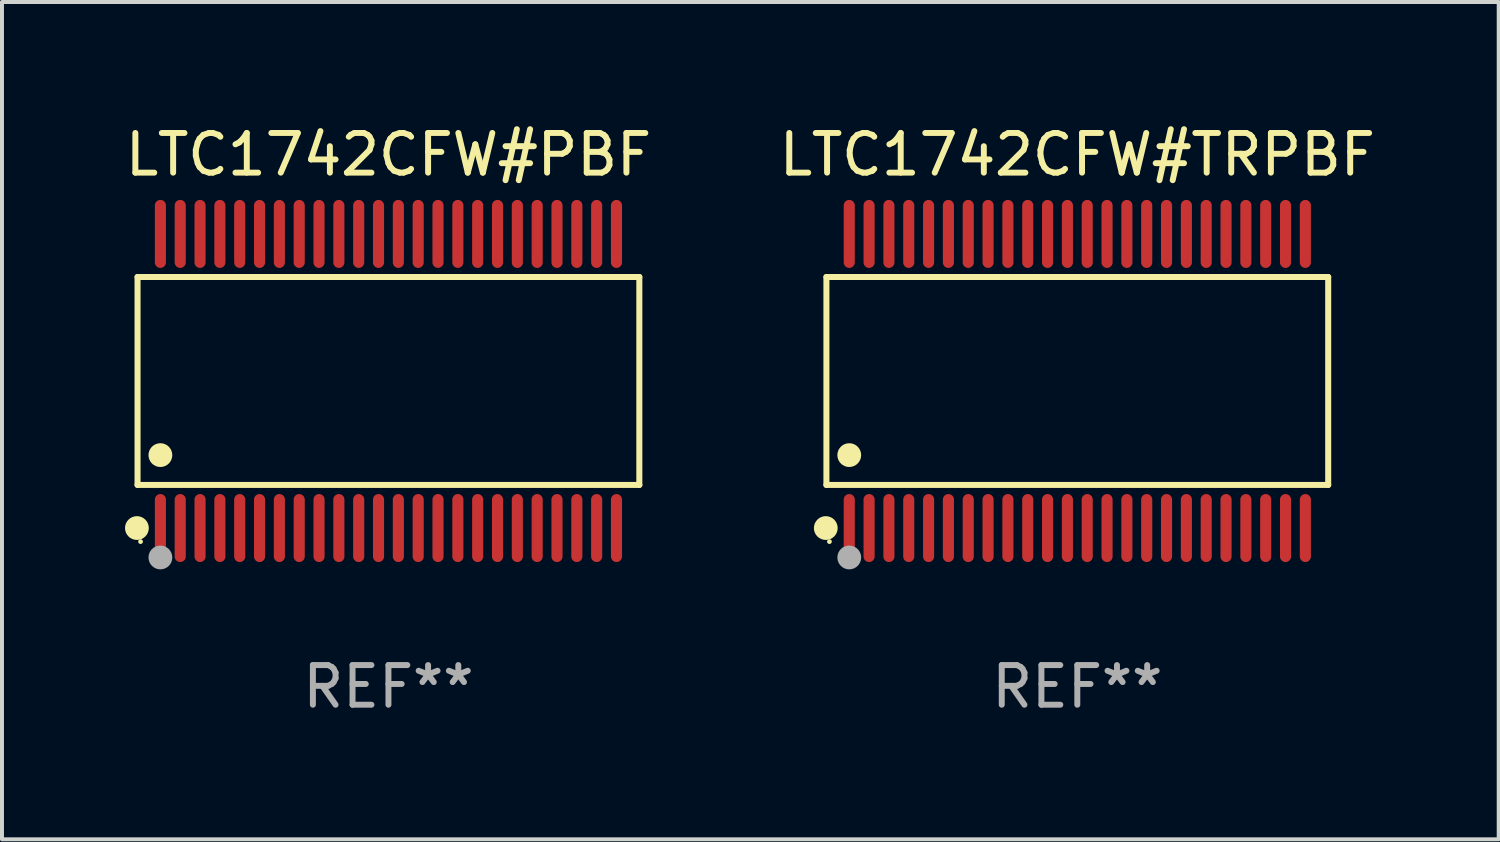
<source format=kicad_pcb>
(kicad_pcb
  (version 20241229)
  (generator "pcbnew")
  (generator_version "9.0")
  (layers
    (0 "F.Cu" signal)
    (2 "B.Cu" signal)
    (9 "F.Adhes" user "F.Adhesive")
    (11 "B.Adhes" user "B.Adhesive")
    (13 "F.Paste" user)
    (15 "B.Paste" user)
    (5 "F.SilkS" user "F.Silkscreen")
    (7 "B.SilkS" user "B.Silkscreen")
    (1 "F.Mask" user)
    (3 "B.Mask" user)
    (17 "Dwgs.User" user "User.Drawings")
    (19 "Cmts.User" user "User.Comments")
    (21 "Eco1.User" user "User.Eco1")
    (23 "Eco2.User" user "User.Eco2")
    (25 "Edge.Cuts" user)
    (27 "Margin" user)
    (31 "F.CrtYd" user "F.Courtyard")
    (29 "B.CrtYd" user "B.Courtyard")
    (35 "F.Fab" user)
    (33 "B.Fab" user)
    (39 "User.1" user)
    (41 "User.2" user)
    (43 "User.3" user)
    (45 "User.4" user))
  (footprint "LTC1742CFW#PBF"
    (layer "F.Cu")
    (at 6.744 6.556)
    (property "Reference" "LTC1742CFW#PBF" (at 0 -5.708 0) (layer "F.SilkS") (effects (font (size 1 1) (thickness 0.15))))
    (attr through_hole)
    (fp_line (start -6.326 -2.622) (end 6.326 -2.622) (stroke (width 0.152) (type solid)) (layer "F.SilkS"))
    (fp_line (start -6.326 2.621) (end -6.326 -2.622) (stroke (width 0.152) (type solid)) (layer "F.SilkS"))
    (fp_line (start 6.326 -2.622) (end 6.326 2.621) (stroke (width 0.152) (type solid)) (layer "F.SilkS"))
    (fp_line (start 6.326 2.621) (end -6.326 2.621) (stroke (width 0.152) (type solid)) (layer "F.SilkS"))
    (fp_circle (center -6.342 3.708) (end -6.192 3.708) (stroke (width 0.3) (type solid)) (fill no) (layer "F.SilkS"))
    (fp_circle (center -6.25 4.05) (end -6.22 4.05) (stroke (width 0.06) (type solid)) (fill no) (layer "F.SilkS"))
    (fp_circle (center -5.75 1.869) (end -5.6 1.869) (stroke (width 0.3) (type solid)) (fill no) (layer "F.SilkS"))
    (fp_circle (center -5.75 4.45) (end -5.6 4.45) (stroke (width 0.3) (type solid)) (fill no) (layer "F.Fab"))
    (fp_text user "REF**" (at 0 7.708 0) (layer "F.Fab") (effects (font (size 1 1) (thickness 0.15))))
    (pad "1" smd oval (at -5.75 3.708) (size 0.28 1.715) (layers "F.Cu" "F.Mask" "F.Paste"))
    (pad "2" smd oval (at -5.25 3.708) (size 0.28 1.715) (layers "F.Cu" "F.Mask" "F.Paste"))
    (pad "3" smd oval (at -4.75 3.708) (size 0.28 1.715) (layers "F.Cu" "F.Mask" "F.Paste"))
    (pad "4" smd oval (at -4.25 3.708) (size 0.28 1.715) (layers "F.Cu" "F.Mask" "F.Paste"))
    (pad "5" smd oval (at -3.75 3.708) (size 0.28 1.715) (layers "F.Cu" "F.Mask" "F.Paste"))
    (pad "6" smd oval (at -3.25 3.708) (size 0.28 1.715) (layers "F.Cu" "F.Mask" "F.Paste"))
    (pad "7" smd oval (at -2.75 3.708) (size 0.28 1.715) (layers "F.Cu" "F.Mask" "F.Paste"))
    (pad "8" smd oval (at -2.25 3.708) (size 0.28 1.715) (layers "F.Cu" "F.Mask" "F.Paste"))
    (pad "9" smd oval (at -1.75 3.708) (size 0.28 1.715) (layers "F.Cu" "F.Mask" "F.Paste"))
    (pad "10" smd oval (at -1.25 3.708) (size 0.28 1.715) (layers "F.Cu" "F.Mask" "F.Paste"))
    (pad "11" smd oval (at -0.75 3.708) (size 0.28 1.715) (layers "F.Cu" "F.Mask" "F.Paste"))
    (pad "12" smd oval (at -0.25 3.708) (size 0.28 1.715) (layers "F.Cu" "F.Mask" "F.Paste"))
    (pad "13" smd oval (at 0.25 3.708) (size 0.28 1.715) (layers "F.Cu" "F.Mask" "F.Paste"))
    (pad "14" smd oval (at 0.75 3.708) (size 0.28 1.715) (layers "F.Cu" "F.Mask" "F.Paste"))
    (pad "15" smd oval (at 1.25 3.708) (size 0.28 1.715) (layers "F.Cu" "F.Mask" "F.Paste"))
    (pad "16" smd oval (at 1.75 3.708) (size 0.28 1.715) (layers "F.Cu" "F.Mask" "F.Paste"))
    (pad "17" smd oval (at 2.25 3.708) (size 0.28 1.715) (layers "F.Cu" "F.Mask" "F.Paste"))
    (pad "18" smd oval (at 2.75 3.708) (size 0.28 1.715) (layers "F.Cu" "F.Mask" "F.Paste"))
    (pad "19" smd oval (at 3.25 3.708) (size 0.28 1.715) (layers "F.Cu" "F.Mask" "F.Paste"))
    (pad "20" smd oval (at 3.75 3.708) (size 0.28 1.715) (layers "F.Cu" "F.Mask" "F.Paste"))
    (pad "21" smd oval (at 4.25 3.708) (size 0.28 1.715) (layers "F.Cu" "F.Mask" "F.Paste"))
    (pad "22" smd oval (at 4.75 3.708) (size 0.28 1.715) (layers "F.Cu" "F.Mask" "F.Paste"))
    (pad "23" smd oval (at 5.25 3.708) (size 0.28 1.715) (layers "F.Cu" "F.Mask" "F.Paste"))
    (pad "24" smd oval (at 5.75 3.708) (size 0.28 1.715) (layers "F.Cu" "F.Mask" "F.Paste"))
    (pad "25" smd oval (at 5.75 -3.708) (size 0.28 1.715) (layers "F.Cu" "F.Mask" "F.Paste"))
    (pad "26" smd oval (at 5.25 -3.708) (size 0.28 1.715) (layers "F.Cu" "F.Mask" "F.Paste"))
    (pad "27" smd oval (at 4.75 -3.708) (size 0.28 1.715) (layers "F.Cu" "F.Mask" "F.Paste"))
    (pad "28" smd oval (at 4.25 -3.708) (size 0.28 1.715) (layers "F.Cu" "F.Mask" "F.Paste"))
    (pad "29" smd oval (at 3.75 -3.708) (size 0.28 1.715) (layers "F.Cu" "F.Mask" "F.Paste"))
    (pad "30" smd oval (at 3.25 -3.708) (size 0.28 1.715) (layers "F.Cu" "F.Mask" "F.Paste"))
    (pad "31" smd oval (at 2.75 -3.708) (size 0.28 1.715) (layers "F.Cu" "F.Mask" "F.Paste"))
    (pad "32" smd oval (at 2.25 -3.708) (size 0.28 1.715) (layers "F.Cu" "F.Mask" "F.Paste"))
    (pad "33" smd oval (at 1.75 -3.708) (size 0.28 1.715) (layers "F.Cu" "F.Mask" "F.Paste"))
    (pad "34" smd oval (at 1.25 -3.708) (size 0.28 1.715) (layers "F.Cu" "F.Mask" "F.Paste"))
    (pad "35" smd oval (at 0.75 -3.708) (size 0.28 1.715) (layers "F.Cu" "F.Mask" "F.Paste"))
    (pad "36" smd oval (at 0.25 -3.708) (size 0.28 1.715) (layers "F.Cu" "F.Mask" "F.Paste"))
    (pad "37" smd oval (at -0.25 -3.708) (size 0.28 1.715) (layers "F.Cu" "F.Mask" "F.Paste"))
    (pad "38" smd oval (at -0.75 -3.708) (size 0.28 1.715) (layers "F.Cu" "F.Mask" "F.Paste"))
    (pad "39" smd oval (at -1.25 -3.708) (size 0.28 1.715) (layers "F.Cu" "F.Mask" "F.Paste"))
    (pad "40" smd oval (at -1.75 -3.708) (size 0.28 1.715) (layers "F.Cu" "F.Mask" "F.Paste"))
    (pad "41" smd oval (at -2.25 -3.708) (size 0.28 1.715) (layers "F.Cu" "F.Mask" "F.Paste"))
    (pad "42" smd oval (at -2.75 -3.708) (size 0.28 1.715) (layers "F.Cu" "F.Mask" "F.Paste"))
    (pad "43" smd oval (at -3.25 -3.708) (size 0.28 1.715) (layers "F.Cu" "F.Mask" "F.Paste"))
    (pad "44" smd oval (at -3.75 -3.708) (size 0.28 1.715) (layers "F.Cu" "F.Mask" "F.Paste"))
    (pad "45" smd oval (at -4.25 -3.708) (size 0.28 1.715) (layers "F.Cu" "F.Mask" "F.Paste"))
    (pad "46" smd oval (at -4.75 -3.708) (size 0.28 1.715) (layers "F.Cu" "F.Mask" "F.Paste"))
    (pad "47" smd oval (at -5.25 -3.708) (size 0.28 1.715) (layers "F.Cu" "F.Mask" "F.Paste"))
    (pad "48" smd oval (at -5.75 -3.708) (size 0.28 1.715) (layers "F.Cu" "F.Mask" "F.Paste")))
  (footprint "LTC1742CFW#TRPBF"
    (layer "F.Cu")
    (at 24.113 6.556)
    (property "Reference" "LTC1742CFW#TRPBF" (at 0 -5.708 0) (layer "F.SilkS") (effects (font (size 1 1) (thickness 0.15))))
    (attr through_hole)
    (fp_line (start -6.326 -2.622) (end 6.326 -2.622) (stroke (width 0.152) (type solid)) (layer "F.SilkS"))
    (fp_line (start -6.326 2.621) (end -6.326 -2.622) (stroke (width 0.152) (type solid)) (layer "F.SilkS"))
    (fp_line (start 6.326 -2.622) (end 6.326 2.621) (stroke (width 0.152) (type solid)) (layer "F.SilkS"))
    (fp_line (start 6.326 2.621) (end -6.326 2.621) (stroke (width 0.152) (type solid)) (layer "F.SilkS"))
    (fp_circle (center -6.342 3.708) (end -6.192 3.708) (stroke (width 0.3) (type solid)) (fill no) (layer "F.SilkS"))
    (fp_circle (center -6.25 4.05) (end -6.22 4.05) (stroke (width 0.06) (type solid)) (fill no) (layer "F.SilkS"))
    (fp_circle (center -5.75 1.869) (end -5.6 1.869) (stroke (width 0.3) (type solid)) (fill no) (layer "F.SilkS"))
    (fp_circle (center -5.75 4.45) (end -5.6 4.45) (stroke (width 0.3) (type solid)) (fill no) (layer "F.Fab"))
    (fp_text user "REF**" (at 0 7.708 0) (layer "F.Fab") (effects (font (size 1 1) (thickness 0.15))))
    (pad "1" smd oval (at -5.75 3.708) (size 0.28 1.715) (layers "F.Cu" "F.Mask" "F.Paste"))
    (pad "2" smd oval (at -5.25 3.708) (size 0.28 1.715) (layers "F.Cu" "F.Mask" "F.Paste"))
    (pad "3" smd oval (at -4.75 3.708) (size 0.28 1.715) (layers "F.Cu" "F.Mask" "F.Paste"))
    (pad "4" smd oval (at -4.25 3.708) (size 0.28 1.715) (layers "F.Cu" "F.Mask" "F.Paste"))
    (pad "5" smd oval (at -3.75 3.708) (size 0.28 1.715) (layers "F.Cu" "F.Mask" "F.Paste"))
    (pad "6" smd oval (at -3.25 3.708) (size 0.28 1.715) (layers "F.Cu" "F.Mask" "F.Paste"))
    (pad "7" smd oval (at -2.75 3.708) (size 0.28 1.715) (layers "F.Cu" "F.Mask" "F.Paste"))
    (pad "8" smd oval (at -2.25 3.708) (size 0.28 1.715) (layers "F.Cu" "F.Mask" "F.Paste"))
    (pad "9" smd oval (at -1.75 3.708) (size 0.28 1.715) (layers "F.Cu" "F.Mask" "F.Paste"))
    (pad "10" smd oval (at -1.25 3.708) (size 0.28 1.715) (layers "F.Cu" "F.Mask" "F.Paste"))
    (pad "11" smd oval (at -0.75 3.708) (size 0.28 1.715) (layers "F.Cu" "F.Mask" "F.Paste"))
    (pad "12" smd oval (at -0.25 3.708) (size 0.28 1.715) (layers "F.Cu" "F.Mask" "F.Paste"))
    (pad "13" smd oval (at 0.25 3.708) (size 0.28 1.715) (layers "F.Cu" "F.Mask" "F.Paste"))
    (pad "14" smd oval (at 0.75 3.708) (size 0.28 1.715) (layers "F.Cu" "F.Mask" "F.Paste"))
    (pad "15" smd oval (at 1.25 3.708) (size 0.28 1.715) (layers "F.Cu" "F.Mask" "F.Paste"))
    (pad "16" smd oval (at 1.75 3.708) (size 0.28 1.715) (layers "F.Cu" "F.Mask" "F.Paste"))
    (pad "17" smd oval (at 2.25 3.708) (size 0.28 1.715) (layers "F.Cu" "F.Mask" "F.Paste"))
    (pad "18" smd oval (at 2.75 3.708) (size 0.28 1.715) (layers "F.Cu" "F.Mask" "F.Paste"))
    (pad "19" smd oval (at 3.25 3.708) (size 0.28 1.715) (layers "F.Cu" "F.Mask" "F.Paste"))
    (pad "20" smd oval (at 3.75 3.708) (size 0.28 1.715) (layers "F.Cu" "F.Mask" "F.Paste"))
    (pad "21" smd oval (at 4.25 3.708) (size 0.28 1.715) (layers "F.Cu" "F.Mask" "F.Paste"))
    (pad "22" smd oval (at 4.75 3.708) (size 0.28 1.715) (layers "F.Cu" "F.Mask" "F.Paste"))
    (pad "23" smd oval (at 5.25 3.708) (size 0.28 1.715) (layers "F.Cu" "F.Mask" "F.Paste"))
    (pad "24" smd oval (at 5.75 3.708) (size 0.28 1.715) (layers "F.Cu" "F.Mask" "F.Paste"))
    (pad "25" smd oval (at 5.75 -3.708) (size 0.28 1.715) (layers "F.Cu" "F.Mask" "F.Paste"))
    (pad "26" smd oval (at 5.25 -3.708) (size 0.28 1.715) (layers "F.Cu" "F.Mask" "F.Paste"))
    (pad "27" smd oval (at 4.75 -3.708) (size 0.28 1.715) (layers "F.Cu" "F.Mask" "F.Paste"))
    (pad "28" smd oval (at 4.25 -3.708) (size 0.28 1.715) (layers "F.Cu" "F.Mask" "F.Paste"))
    (pad "29" smd oval (at 3.75 -3.708) (size 0.28 1.715) (layers "F.Cu" "F.Mask" "F.Paste"))
    (pad "30" smd oval (at 3.25 -3.708) (size 0.28 1.715) (layers "F.Cu" "F.Mask" "F.Paste"))
    (pad "31" smd oval (at 2.75 -3.708) (size 0.28 1.715) (layers "F.Cu" "F.Mask" "F.Paste"))
    (pad "32" smd oval (at 2.25 -3.708) (size 0.28 1.715) (layers "F.Cu" "F.Mask" "F.Paste"))
    (pad "33" smd oval (at 1.75 -3.708) (size 0.28 1.715) (layers "F.Cu" "F.Mask" "F.Paste"))
    (pad "34" smd oval (at 1.25 -3.708) (size 0.28 1.715) (layers "F.Cu" "F.Mask" "F.Paste"))
    (pad "35" smd oval (at 0.75 -3.708) (size 0.28 1.715) (layers "F.Cu" "F.Mask" "F.Paste"))
    (pad "36" smd oval (at 0.25 -3.708) (size 0.28 1.715) (layers "F.Cu" "F.Mask" "F.Paste"))
    (pad "37" smd oval (at -0.25 -3.708) (size 0.28 1.715) (layers "F.Cu" "F.Mask" "F.Paste"))
    (pad "38" smd oval (at -0.75 -3.708) (size 0.28 1.715) (layers "F.Cu" "F.Mask" "F.Paste"))
    (pad "39" smd oval (at -1.25 -3.708) (size 0.28 1.715) (layers "F.Cu" "F.Mask" "F.Paste"))
    (pad "40" smd oval (at -1.75 -3.708) (size 0.28 1.715) (layers "F.Cu" "F.Mask" "F.Paste"))
    (pad "41" smd oval (at -2.25 -3.708) (size 0.28 1.715) (layers "F.Cu" "F.Mask" "F.Paste"))
    (pad "42" smd oval (at -2.75 -3.708) (size 0.28 1.715) (layers "F.Cu" "F.Mask" "F.Paste"))
    (pad "43" smd oval (at -3.25 -3.708) (size 0.28 1.715) (layers "F.Cu" "F.Mask" "F.Paste"))
    (pad "44" smd oval (at -3.75 -3.708) (size 0.28 1.715) (layers "F.Cu" "F.Mask" "F.Paste"))
    (pad "45" smd oval (at -4.25 -3.708) (size 0.28 1.715) (layers "F.Cu" "F.Mask" "F.Paste"))
    (pad "46" smd oval (at -4.75 -3.708) (size 0.28 1.715) (layers "F.Cu" "F.Mask" "F.Paste"))
    (pad "47" smd oval (at -5.25 -3.708) (size 0.28 1.715) (layers "F.Cu" "F.Mask" "F.Paste"))
    (pad "48" smd oval (at -5.75 -3.708) (size 0.28 1.715) (layers "F.Cu" "F.Mask" "F.Paste")))
  (gr_rect
    (start -3 -3)
    (end 34.738 18.112)
    (stroke (width 0.1) (type default))
    (fill no)
    (layer "Edge.Cuts")))
</source>
